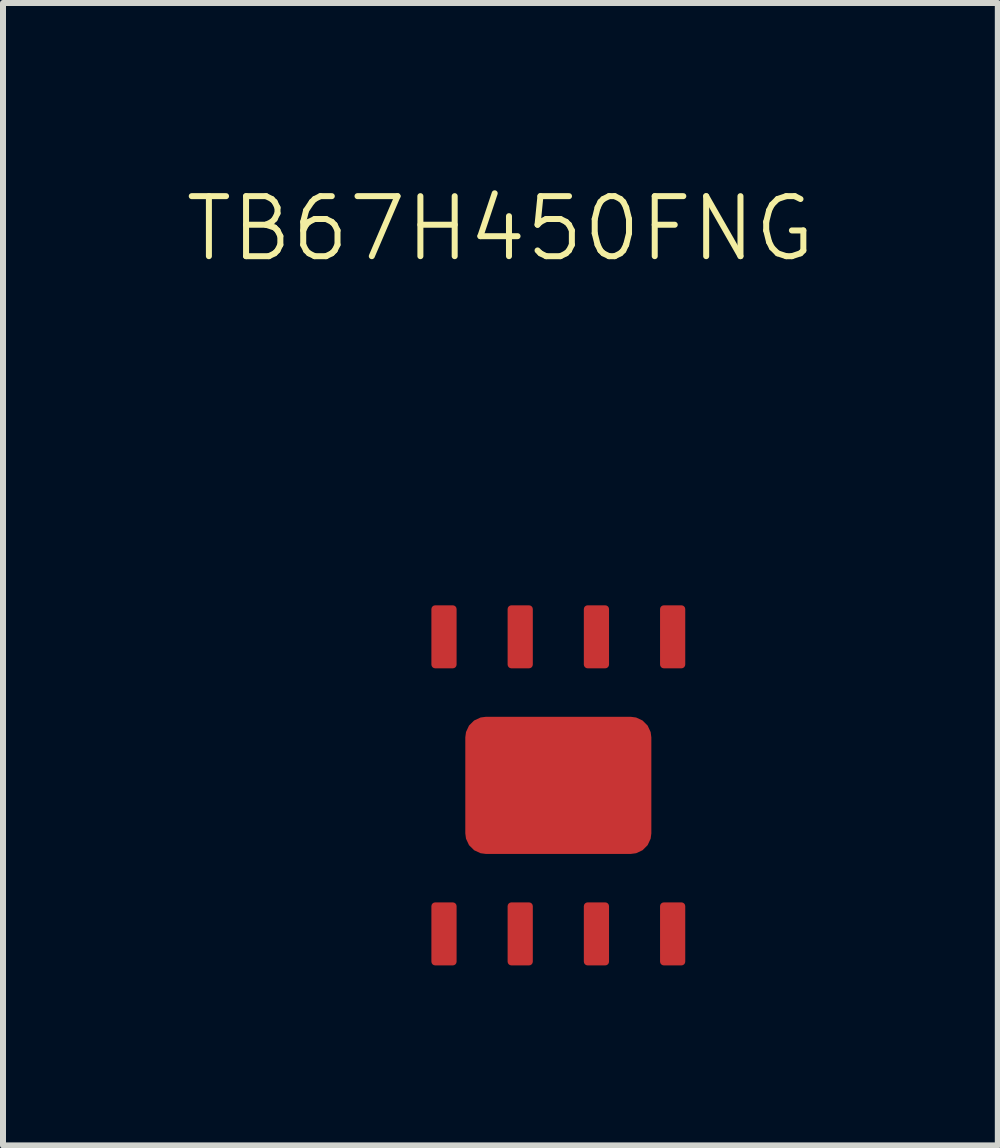
<source format=kicad_pcb>
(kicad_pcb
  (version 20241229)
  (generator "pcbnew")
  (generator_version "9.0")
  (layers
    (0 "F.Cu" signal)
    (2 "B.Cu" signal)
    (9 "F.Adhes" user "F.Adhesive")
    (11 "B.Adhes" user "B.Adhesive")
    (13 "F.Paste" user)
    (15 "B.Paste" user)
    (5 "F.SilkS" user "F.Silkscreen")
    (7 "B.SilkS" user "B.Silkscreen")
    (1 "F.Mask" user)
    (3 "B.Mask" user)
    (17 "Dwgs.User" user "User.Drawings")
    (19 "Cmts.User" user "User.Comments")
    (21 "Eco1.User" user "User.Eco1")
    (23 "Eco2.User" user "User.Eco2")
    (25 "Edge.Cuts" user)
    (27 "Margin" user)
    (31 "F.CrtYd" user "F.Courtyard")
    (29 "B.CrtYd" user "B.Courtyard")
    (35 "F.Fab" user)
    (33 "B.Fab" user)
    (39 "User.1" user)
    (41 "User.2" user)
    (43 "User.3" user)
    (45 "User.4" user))
  (footprint "TB67H450FNG"
    (layer "F.Cu")
    (at 4.348 7.561)
    (property "Reference" "TB67H450FNG" (at 0.94 -6.8 0) (unlocked yes) (layer "F.SilkS") (effects (font (size 1 1) (thickness 0.1))))
    (attr smd)
    (pad "1" smd roundrect (at 0 4.95) (size 0.42 1.05) (layers "F.Cu" "F.Mask" "F.Paste") (roundrect_rratio 0.15))
    (pad "2" smd roundrect (at 1.27 4.95) (size 0.42 1.05) (layers "F.Cu" "F.Mask" "F.Paste") (roundrect_rratio 0.15))
    (pad "3" smd roundrect (at 2.54 4.95) (size 0.42 1.05) (layers "F.Cu" "F.Mask" "F.Paste") (roundrect_rratio 0.15))
    (pad "4" smd roundrect (at 3.81 4.95) (size 0.42 1.05) (layers "F.Cu" "F.Mask" "F.Paste") (roundrect_rratio 0.15))
    (pad "5" smd roundrect (at 3.81 0) (size 0.42 1.05) (layers "F.Cu" "F.Mask" "F.Paste") (roundrect_rratio 0.15))
    (pad "6" smd roundrect (at 2.54 0) (size 0.42 1.05) (layers "F.Cu" "F.Mask" "F.Paste") (roundrect_rratio 0.15))
    (pad "7" smd roundrect (at 1.27 0) (size 0.42 1.05) (layers "F.Cu" "F.Mask" "F.Paste") (roundrect_rratio 0.15))
    (pad "8" smd roundrect (at 0 0) (size 0.42 1.05) (layers "F.Cu" "F.Mask" "F.Paste") (roundrect_rratio 0.15))
    (pad "9" smd roundrect (at 1.905 2.475) (size 3.1 2.285) (layers "F.Cu" "F.Mask" "F.Paste") (roundrect_rratio 0.15)))
  (gr_rect
    (start -3 -3)
    (end 13.576 16.035)
    (stroke (width 0.1) (type default))
    (fill no)
    (layer "Edge.Cuts")))
</source>
